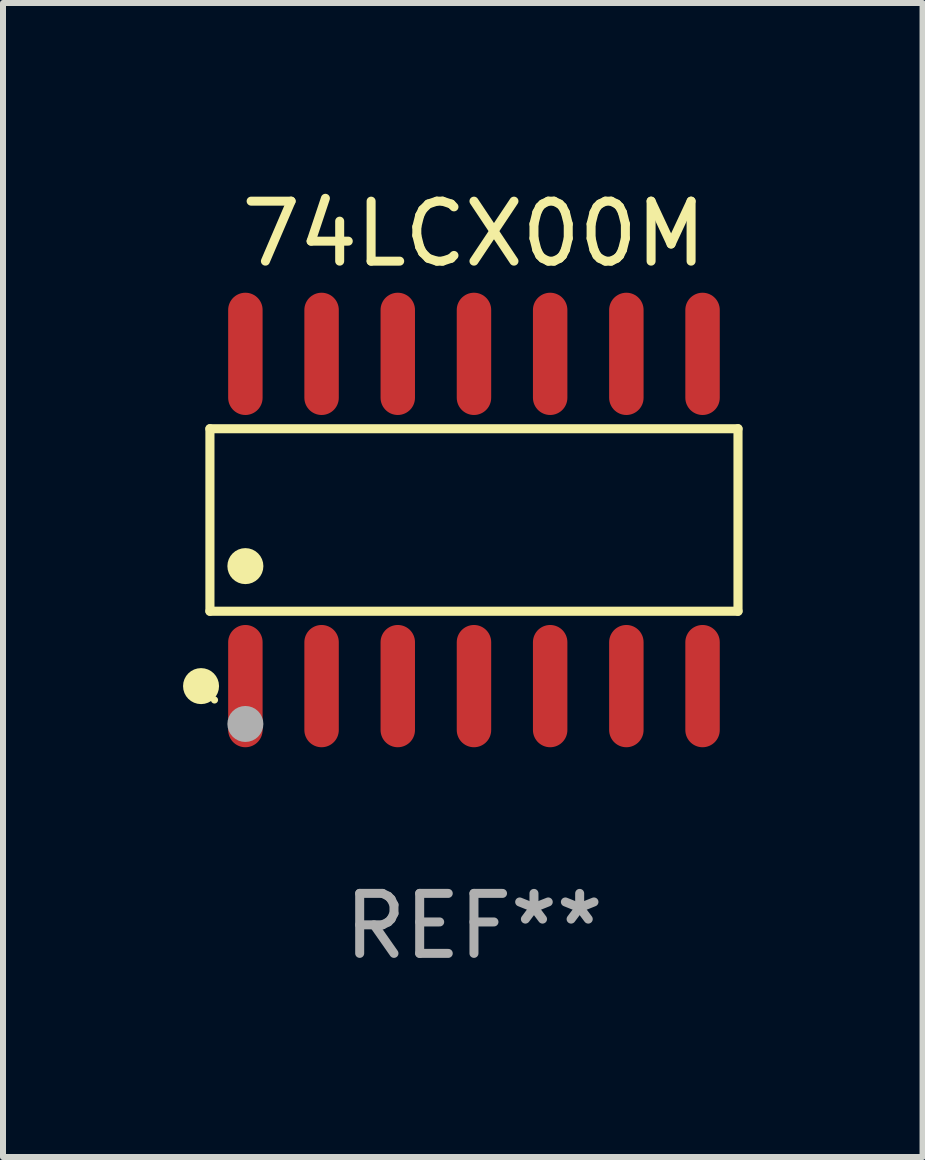
<source format=kicad_pcb>
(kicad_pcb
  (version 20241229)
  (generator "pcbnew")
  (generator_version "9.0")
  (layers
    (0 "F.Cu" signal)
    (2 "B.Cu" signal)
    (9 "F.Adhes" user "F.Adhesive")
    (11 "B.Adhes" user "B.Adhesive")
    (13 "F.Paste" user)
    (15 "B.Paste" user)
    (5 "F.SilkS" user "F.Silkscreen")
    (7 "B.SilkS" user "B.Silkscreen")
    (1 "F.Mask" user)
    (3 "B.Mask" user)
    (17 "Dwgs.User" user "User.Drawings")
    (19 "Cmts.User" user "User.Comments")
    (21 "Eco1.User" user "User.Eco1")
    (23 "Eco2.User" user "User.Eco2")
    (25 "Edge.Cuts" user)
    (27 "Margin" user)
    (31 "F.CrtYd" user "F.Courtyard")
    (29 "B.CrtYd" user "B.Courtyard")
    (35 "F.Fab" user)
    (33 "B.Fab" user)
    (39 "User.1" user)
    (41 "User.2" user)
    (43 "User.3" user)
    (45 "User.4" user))
  (footprint "74LCX00M"
    (layer "F.Cu")
    (at 4.85 5.617)
    (property "Reference" "74LCX00M" (at 0 -4.769 0) (layer "F.SilkS") (effects (font (size 1 1) (thickness 0.15))))
    (attr through_hole)
    (fp_line (start -4.401 -1.521) (end 4.401 -1.521) (stroke (width 0.152) (type solid)) (layer "F.SilkS"))
    (fp_line (start -4.401 1.521) (end -4.401 -1.521) (stroke (width 0.152) (type solid)) (layer "F.SilkS"))
    (fp_line (start 4.401 -1.521) (end 4.401 1.521) (stroke (width 0.152) (type solid)) (layer "F.SilkS"))
    (fp_line (start 4.401 1.521) (end -4.401 1.521) (stroke (width 0.152) (type solid)) (layer "F.SilkS"))
    (fp_circle (center -4.549 2.769) (end -4.399 2.769) (stroke (width 0.3) (type solid)) (fill no) (layer "F.SilkS"))
    (fp_circle (center -4.325 3) (end -4.295 3) (stroke (width 0.06) (type solid)) (fill no) (layer "F.SilkS"))
    (fp_circle (center -3.81 0.769) (end -3.66 0.769) (stroke (width 0.3) (type solid)) (fill no) (layer "F.SilkS"))
    (fp_circle (center -3.81 3.4) (end -3.66 3.4) (stroke (width 0.3) (type solid)) (fill no) (layer "F.Fab"))
    (fp_text user "REF**" (at 0 6.769 0) (layer "F.Fab") (effects (font (size 1 1) (thickness 0.15))))
    (pad "1" smd oval (at -3.81 2.769) (size 0.574 2.038) (layers "F.Cu" "F.Mask" "F.Paste"))
    (pad "2" smd oval (at -2.54 2.769) (size 0.574 2.038) (layers "F.Cu" "F.Mask" "F.Paste"))
    (pad "3" smd oval (at -1.27 2.769) (size 0.574 2.038) (layers "F.Cu" "F.Mask" "F.Paste"))
    (pad "4" smd oval (at 0 2.769) (size 0.574 2.038) (layers "F.Cu" "F.Mask" "F.Paste"))
    (pad "5" smd oval (at 1.27 2.769) (size 0.574 2.038) (layers "F.Cu" "F.Mask" "F.Paste"))
    (pad "6" smd oval (at 2.54 2.769) (size 0.574 2.038) (layers "F.Cu" "F.Mask" "F.Paste"))
    (pad "7" smd oval (at 3.81 2.769) (size 0.574 2.038) (layers "F.Cu" "F.Mask" "F.Paste"))
    (pad "8" smd oval (at 3.81 -2.769) (size 0.574 2.038) (layers "F.Cu" "F.Mask" "F.Paste"))
    (pad "9" smd oval (at 2.54 -2.769) (size 0.574 2.038) (layers "F.Cu" "F.Mask" "F.Paste"))
    (pad "10" smd oval (at 1.27 -2.769) (size 0.574 2.038) (layers "F.Cu" "F.Mask" "F.Paste"))
    (pad "11" smd oval (at 0 -2.769) (size 0.574 2.038) (layers "F.Cu" "F.Mask" "F.Paste"))
    (pad "12" smd oval (at -1.27 -2.769) (size 0.574 2.038) (layers "F.Cu" "F.Mask" "F.Paste"))
    (pad "13" smd oval (at -2.54 -2.769) (size 0.574 2.038) (layers "F.Cu" "F.Mask" "F.Paste"))
    (pad "14" smd oval (at -3.81 -2.769) (size 0.574 2.038) (layers "F.Cu" "F.Mask" "F.Paste")))
  (gr_rect
    (start -3 -3)
    (end 12.327 16.235)
    (stroke (width 0.1) (type default))
    (fill no)
    (layer "Edge.Cuts")))
</source>
